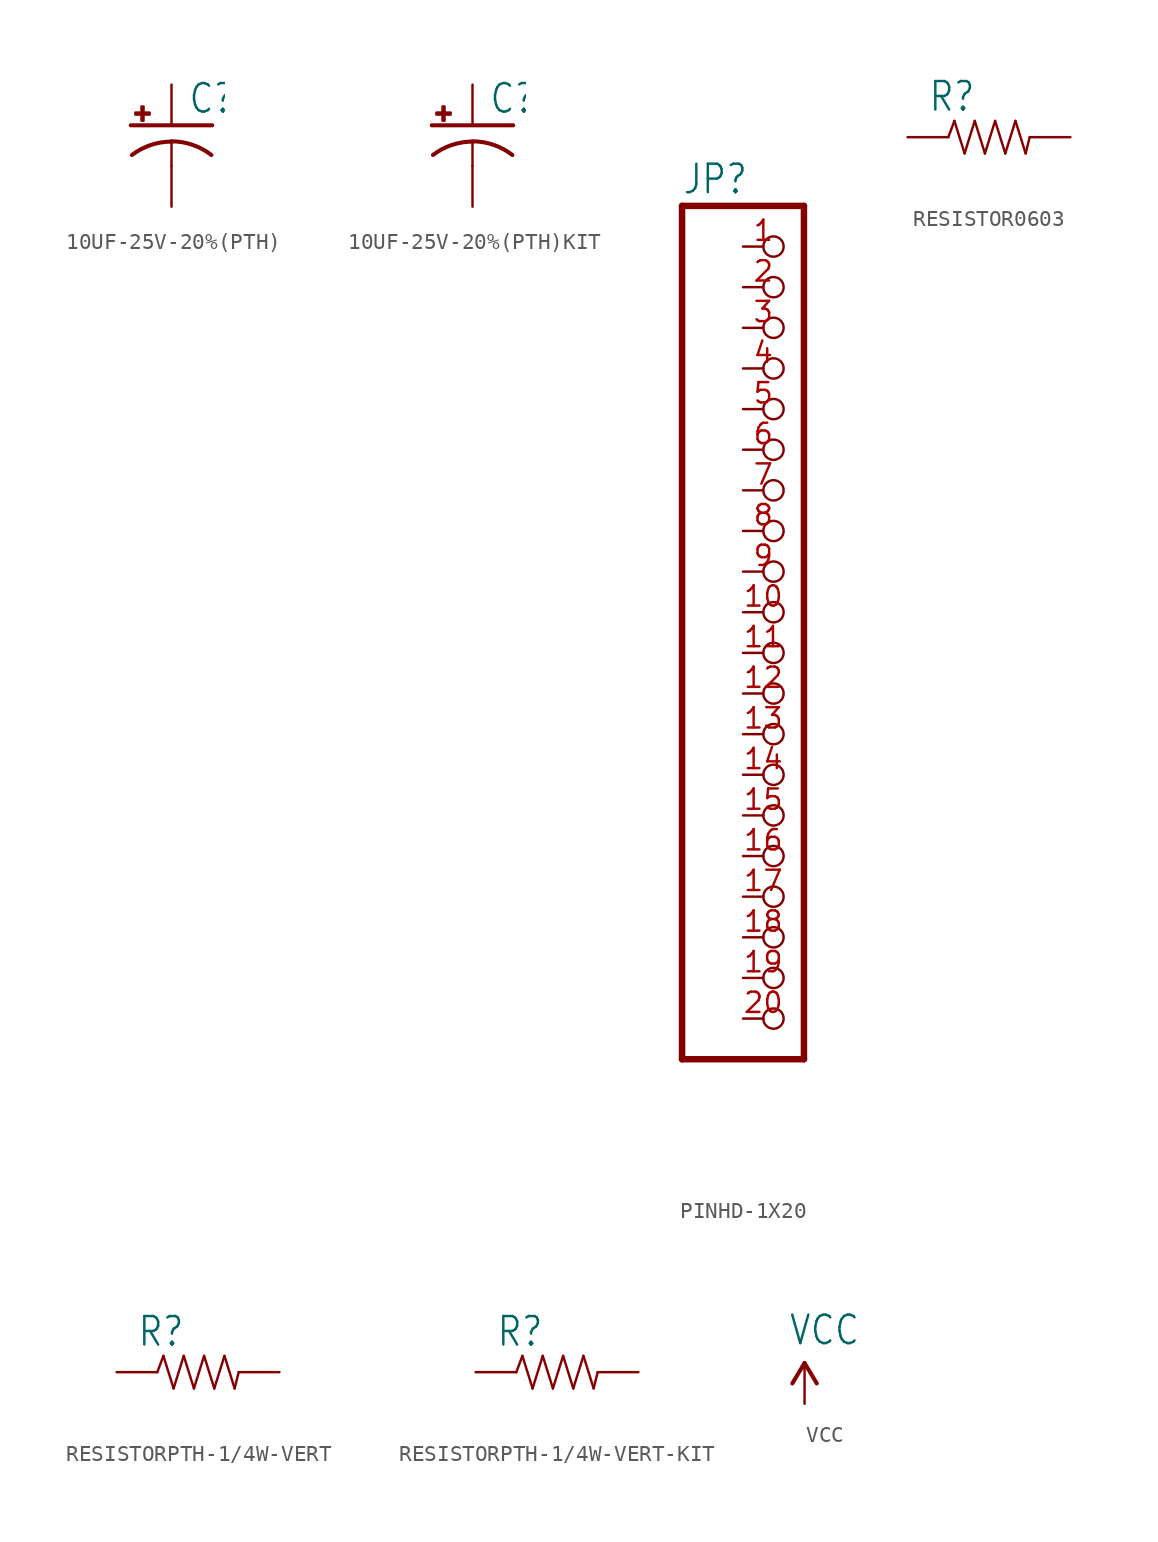
<source format=kicad_sym>
(kicad_symbol_lib
  (version 20220914)
  (generator kicad_symbol_editor)
  (symbol "10UF-25V-20%(PTH)"
    (property "Reference" "C"
      (at 1.016 0.635 0)
      (effects (font (size 1.778 1.511)) (justify left bottom)))
    (property "Value" ""
      (at 1.016 -4.191 0)
      (effects (font (size 1.778 1.511)) (justify left bottom)))
    (property "ki_locked" ""
      (at 0 0 0)
      (effects (font (size 1.27 1.27))))
    (symbol "10UF-25V-20%(PTH)_1_0"
      (rectangle (start -2.253 0.668) (end -1.364 0.795) (stroke (width 0) (type default)) (fill (type outline)))
      (rectangle (start -1.872 0.287) (end -1.745 1.176) (stroke (width 0) (type default)) (fill (type outline)))
      (arc (start 0 -1.0161) (mid -1.3021 -1.2303) (end -2.4669 -1.8504) (stroke (width 0.254) (type solid)) (fill (type none)))
      (polyline (pts (xy -2.54 0) (xy 2.54 0)) (stroke (width 0.254) (type solid)) (fill (type none)))
      (polyline (pts (xy 0 -1.016) (xy 0 -2.54)) (stroke (width 0.152) (type solid)) (fill (type none)))
      (arc (start 2.4892 -1.8541) (mid 1.3158 -1.2194) (end 0 -1) (stroke (width 0.254) (type solid)) (fill (type none)))
      (pin passive line (at 0 2.54 270) (length 2.54) (name "+" (effects (font (size 0 0)))) (number "1" (effects (font (size 0 0)))))
      (pin passive line (at 0 -5.08 90) (length 2.54) (name "-" (effects (font (size 0 0)))) (number "2" (effects (font (size 0 0)))))))
  (symbol "10UF-25V-20%(PTH)KIT"
    (property "Reference" "C"
      (at 1.016 0.635 0)
      (effects (font (size 1.778 1.511)) (justify left bottom)))
    (property "Value" ""
      (at 1.016 -4.191 0)
      (effects (font (size 1.778 1.511)) (justify left bottom)))
    (property "ki_locked" ""
      (at 0 0 0)
      (effects (font (size 1.27 1.27))))
    (symbol "10UF-25V-20%(PTH)KIT_1_0"
      (rectangle (start -2.253 0.668) (end -1.364 0.795) (stroke (width 0) (type default)) (fill (type outline)))
      (rectangle (start -1.872 0.287) (end -1.745 1.176) (stroke (width 0) (type default)) (fill (type outline)))
      (arc (start 0 -1.0161) (mid -1.3021 -1.2303) (end -2.4669 -1.8504) (stroke (width 0.254) (type solid)) (fill (type none)))
      (polyline (pts (xy -2.54 0) (xy 2.54 0)) (stroke (width 0.254) (type solid)) (fill (type none)))
      (polyline (pts (xy 0 -1.016) (xy 0 -2.54)) (stroke (width 0.152) (type solid)) (fill (type none)))
      (arc (start 2.4892 -1.8541) (mid 1.3158 -1.2194) (end 0 -1) (stroke (width 0.254) (type solid)) (fill (type none)))
      (pin passive line (at 0 2.54 270) (length 2.54) (name "+" (effects (font (size 0 0)))) (number "1" (effects (font (size 0 0)))))
      (pin passive line (at 0 -5.08 90) (length 2.54) (name "-" (effects (font (size 0 0)))) (number "2" (effects (font (size 0 0)))))))
  (symbol "PINHD-1X20"
    (property "Reference" "JP"
      (at -6.35 26.035 0)
      (effects (font (size 1.778 1.511)) (justify left bottom)))
    (property "Value" ""
      (at -6.35 -30.48 0)
      (effects (font (size 1.778 1.511)) (justify left bottom)))
    (property "ki_locked" ""
      (at 0 0 0)
      (effects (font (size 1.27 1.27))))
    (symbol "PINHD-1X20_1_0"
      (polyline (pts (xy -6.35 -27.94) (xy 1.27 -27.94)) (stroke (width 0.406) (type solid)) (fill (type none)))
      (polyline (pts (xy -6.35 25.4) (xy -6.35 -27.94)) (stroke (width 0.406) (type solid)) (fill (type none)))
      (polyline (pts (xy 1.27 -27.94) (xy 1.27 25.4)) (stroke (width 0.406) (type solid)) (fill (type none)))
      (polyline (pts (xy 1.27 25.4) (xy -6.35 25.4)) (stroke (width 0.406) (type solid)) (fill (type none)))
      (pin passive inverted (at -2.54 22.86 0) (length 2.54) (name "1" (effects (font (size 0 0)))) (number "1" (effects (font (size 1.27 1.27)))))
      (pin passive inverted (at -2.54 0 0) (length 2.54) (name "10" (effects (font (size 0 0)))) (number "10" (effects (font (size 1.27 1.27)))))
      (pin passive inverted (at -2.54 -2.54 0) (length 2.54) (name "11" (effects (font (size 0 0)))) (number "11" (effects (font (size 1.27 1.27)))))
      (pin passive inverted (at -2.54 -5.08 0) (length 2.54) (name "12" (effects (font (size 0 0)))) (number "12" (effects (font (size 1.27 1.27)))))
      (pin passive inverted (at -2.54 -7.62 0) (length 2.54) (name "13" (effects (font (size 0 0)))) (number "13" (effects (font (size 1.27 1.27)))))
      (pin passive inverted (at -2.54 -10.16 0) (length 2.54) (name "14" (effects (font (size 0 0)))) (number "14" (effects (font (size 1.27 1.27)))))
      (pin passive inverted (at -2.54 -12.7 0) (length 2.54) (name "15" (effects (font (size 0 0)))) (number "15" (effects (font (size 1.27 1.27)))))
      (pin passive inverted (at -2.54 -15.24 0) (length 2.54) (name "16" (effects (font (size 0 0)))) (number "16" (effects (font (size 1.27 1.27)))))
      (pin passive inverted (at -2.54 -17.78 0) (length 2.54) (name "17" (effects (font (size 0 0)))) (number "17" (effects (font (size 1.27 1.27)))))
      (pin passive inverted (at -2.54 -20.32 0) (length 2.54) (name "18" (effects (font (size 0 0)))) (number "18" (effects (font (size 1.27 1.27)))))
      (pin passive inverted (at -2.54 -22.86 0) (length 2.54) (name "19" (effects (font (size 0 0)))) (number "19" (effects (font (size 1.27 1.27)))))
      (pin passive inverted (at -2.54 20.32 0) (length 2.54) (name "2" (effects (font (size 0 0)))) (number "2" (effects (font (size 1.27 1.27)))))
      (pin passive inverted (at -2.54 -25.4 0) (length 2.54) (name "20" (effects (font (size 0 0)))) (number "20" (effects (font (size 1.27 1.27)))))
      (pin passive inverted (at -2.54 17.78 0) (length 2.54) (name "3" (effects (font (size 0 0)))) (number "3" (effects (font (size 1.27 1.27)))))
      (pin passive inverted (at -2.54 15.24 0) (length 2.54) (name "4" (effects (font (size 0 0)))) (number "4" (effects (font (size 1.27 1.27)))))
      (pin passive inverted (at -2.54 12.7 0) (length 2.54) (name "5" (effects (font (size 0 0)))) (number "5" (effects (font (size 1.27 1.27)))))
      (pin passive inverted (at -2.54 10.16 0) (length 2.54) (name "6" (effects (font (size 0 0)))) (number "6" (effects (font (size 1.27 1.27)))))
      (pin passive inverted (at -2.54 7.62 0) (length 2.54) (name "7" (effects (font (size 0 0)))) (number "7" (effects (font (size 1.27 1.27)))))
      (pin passive inverted (at -2.54 5.08 0) (length 2.54) (name "8" (effects (font (size 0 0)))) (number "8" (effects (font (size 1.27 1.27)))))
      (pin passive inverted (at -2.54 2.54 0) (length 2.54) (name "9" (effects (font (size 0 0)))) (number "9" (effects (font (size 1.27 1.27)))))))
  (symbol "RESISTOR0603"
    (property "Reference" "R"
      (at -3.81 1.499 0)
      (effects (font (size 1.778 1.511)) (justify left bottom)))
    (property "Value" ""
      (at -3.81 -3.302 0)
      (effects (font (size 1.778 1.511)) (justify left bottom)))
    (property "ki_locked" ""
      (at 0 0 0)
      (effects (font (size 1.27 1.27))))
    (symbol "RESISTOR0603_1_0"
      (polyline (pts (xy -2.54 0) (xy -2.159 1.016)) (stroke (width 0.152) (type solid)) (fill (type none)))
      (polyline (pts (xy -2.159 1.016) (xy -1.524 -1.016)) (stroke (width 0.152) (type solid)) (fill (type none)))
      (polyline (pts (xy -1.524 -1.016) (xy -0.889 1.016)) (stroke (width 0.152) (type solid)) (fill (type none)))
      (polyline (pts (xy -0.889 1.016) (xy -0.254 -1.016)) (stroke (width 0.152) (type solid)) (fill (type none)))
      (polyline (pts (xy -0.254 -1.016) (xy 0.381 1.016)) (stroke (width 0.152) (type solid)) (fill (type none)))
      (polyline (pts (xy 0.381 1.016) (xy 1.016 -1.016)) (stroke (width 0.152) (type solid)) (fill (type none)))
      (polyline (pts (xy 1.016 -1.016) (xy 1.651 1.016)) (stroke (width 0.152) (type solid)) (fill (type none)))
      (polyline (pts (xy 1.651 1.016) (xy 2.286 -1.016)) (stroke (width 0.152) (type solid)) (fill (type none)))
      (polyline (pts (xy 2.286 -1.016) (xy 2.54 0)) (stroke (width 0.152) (type solid)) (fill (type none)))
      (pin passive line (at -5.08 0 0) (length 2.54) (name "1" (effects (font (size 0 0)))) (number "1" (effects (font (size 0 0)))))
      (pin passive line (at 5.08 0 180) (length 2.54) (name "2" (effects (font (size 0 0)))) (number "2" (effects (font (size 0 0)))))))
  (symbol "RESISTORPTH-1/4W-VERT"
    (property "Reference" "R"
      (at -3.81 1.499 0)
      (effects (font (size 1.778 1.511)) (justify left bottom)))
    (property "Value" ""
      (at -3.81 -3.302 0)
      (effects (font (size 1.778 1.511)) (justify left bottom)))
    (property "ki_locked" ""
      (at 0 0 0)
      (effects (font (size 1.27 1.27))))
    (symbol "RESISTORPTH-1/4W-VERT_1_0"
      (polyline (pts (xy -2.54 0) (xy -2.159 1.016)) (stroke (width 0.152) (type solid)) (fill (type none)))
      (polyline (pts (xy -2.159 1.016) (xy -1.524 -1.016)) (stroke (width 0.152) (type solid)) (fill (type none)))
      (polyline (pts (xy -1.524 -1.016) (xy -0.889 1.016)) (stroke (width 0.152) (type solid)) (fill (type none)))
      (polyline (pts (xy -0.889 1.016) (xy -0.254 -1.016)) (stroke (width 0.152) (type solid)) (fill (type none)))
      (polyline (pts (xy -0.254 -1.016) (xy 0.381 1.016)) (stroke (width 0.152) (type solid)) (fill (type none)))
      (polyline (pts (xy 0.381 1.016) (xy 1.016 -1.016)) (stroke (width 0.152) (type solid)) (fill (type none)))
      (polyline (pts (xy 1.016 -1.016) (xy 1.651 1.016)) (stroke (width 0.152) (type solid)) (fill (type none)))
      (polyline (pts (xy 1.651 1.016) (xy 2.286 -1.016)) (stroke (width 0.152) (type solid)) (fill (type none)))
      (polyline (pts (xy 2.286 -1.016) (xy 2.54 0)) (stroke (width 0.152) (type solid)) (fill (type none)))
      (pin passive line (at -5.08 0 0) (length 2.54) (name "1" (effects (font (size 0 0)))) (number "P$1" (effects (font (size 0 0)))))
      (pin passive line (at 5.08 0 180) (length 2.54) (name "2" (effects (font (size 0 0)))) (number "P$2" (effects (font (size 0 0)))))))
  (symbol "RESISTORPTH-1/4W-VERT-KIT"
    (property "Reference" "R"
      (at -3.81 1.499 0)
      (effects (font (size 1.778 1.511)) (justify left bottom)))
    (property "Value" ""
      (at -3.81 -3.302 0)
      (effects (font (size 1.778 1.511)) (justify left bottom)))
    (property "ki_locked" ""
      (at 0 0 0)
      (effects (font (size 1.27 1.27))))
    (symbol "RESISTORPTH-1/4W-VERT-KIT_1_0"
      (polyline (pts (xy -2.54 0) (xy -2.159 1.016)) (stroke (width 0.152) (type solid)) (fill (type none)))
      (polyline (pts (xy -2.159 1.016) (xy -1.524 -1.016)) (stroke (width 0.152) (type solid)) (fill (type none)))
      (polyline (pts (xy -1.524 -1.016) (xy -0.889 1.016)) (stroke (width 0.152) (type solid)) (fill (type none)))
      (polyline (pts (xy -0.889 1.016) (xy -0.254 -1.016)) (stroke (width 0.152) (type solid)) (fill (type none)))
      (polyline (pts (xy -0.254 -1.016) (xy 0.381 1.016)) (stroke (width 0.152) (type solid)) (fill (type none)))
      (polyline (pts (xy 0.381 1.016) (xy 1.016 -1.016)) (stroke (width 0.152) (type solid)) (fill (type none)))
      (polyline (pts (xy 1.016 -1.016) (xy 1.651 1.016)) (stroke (width 0.152) (type solid)) (fill (type none)))
      (polyline (pts (xy 1.651 1.016) (xy 2.286 -1.016)) (stroke (width 0.152) (type solid)) (fill (type none)))
      (polyline (pts (xy 2.286 -1.016) (xy 2.54 0)) (stroke (width 0.152) (type solid)) (fill (type none)))
      (pin passive line (at -5.08 0 0) (length 2.54) (name "1" (effects (font (size 0 0)))) (number "P$1" (effects (font (size 0 0)))))
      (pin passive line (at 5.08 0 180) (length 2.54) (name "2" (effects (font (size 0 0)))) (number "P$2" (effects (font (size 0 0)))))))
  (symbol "VCC"
    (power)
    (property "Reference" "#SUPPLY"
      (at 0 0 0)
      (effects (font (size 1.27 1.27)) hide))
    (property "Value" "VCC"
      (at -1.016 3.556 0)
      (effects (font (size 1.778 1.511)) (justify left bottom)))
    (property "ki_locked" ""
      (at 0 0 0)
      (effects (font (size 1.27 1.27))))
    (symbol "VCC_1_0"
      (polyline (pts (xy 0 2.54) (xy -0.762 1.27)) (stroke (width 0.254) (type solid)) (fill (type none)))
      (polyline (pts (xy 0.762 1.27) (xy 0 2.54)) (stroke (width 0.254) (type solid)) (fill (type none)))
      (pin power_in line (at 0 0 90) (length 2.54) (name "VCC" (effects (font (size 0 0)))) (number "1" (effects (font (size 0 0))))))))
</source>
